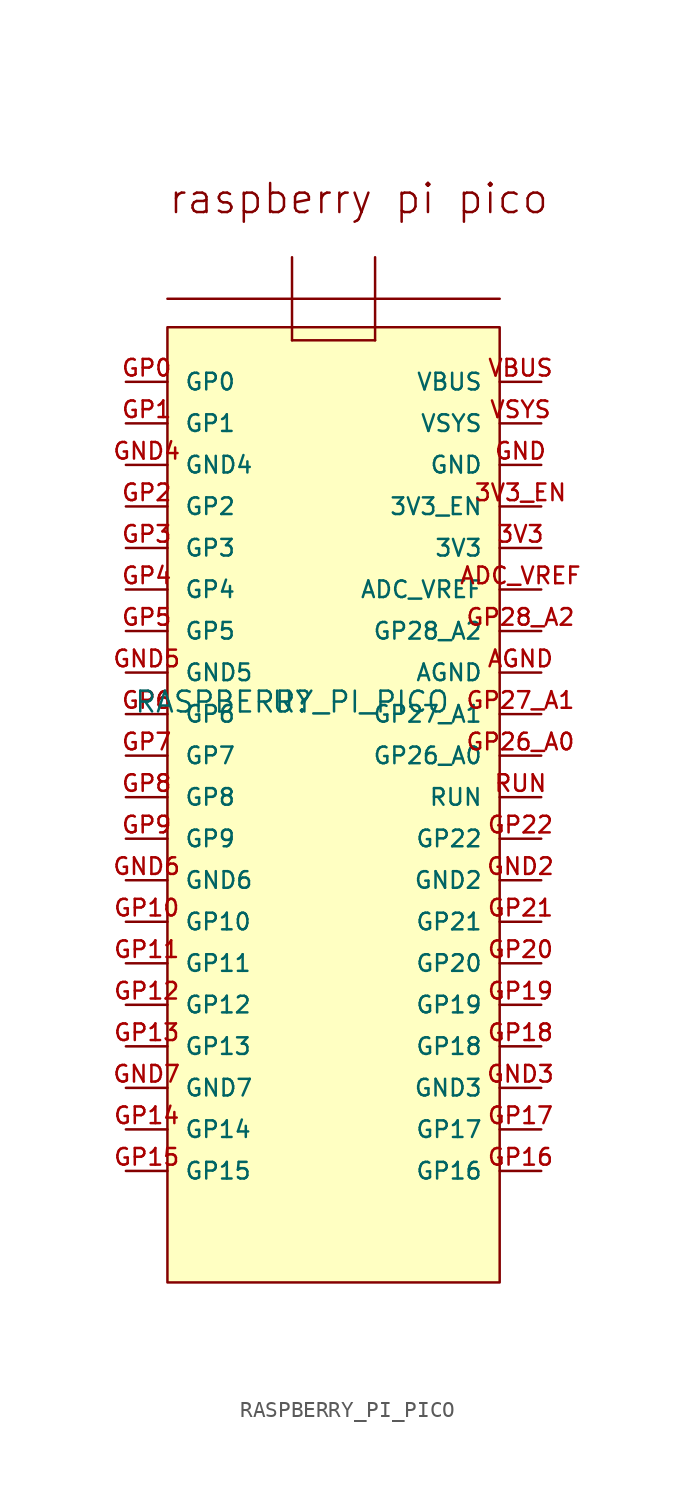
<source format=kicad_sym>
(kicad_symbol_lib
  (version 20231120)
  (generator "kicad_symbol_editor")
  (generator_version "8.0")
  (symbol "RASPBERRY_PI_PICO"
    (pin_names
      (offset 1.016))
    (property "Reference" "U"
      (at 0 0 0)
      (effects (font (size 1.27 1.27)) (justify bottom)))
    (property "Value" "RASPBERRY_PI_PICO"
      (at 0 0 0)
      (effects (font (size 1.27 1.27)) (justify bottom)))
    (symbol "RASPBERRY_PI_PICO_0_0"
      (rectangle (start -7.62 -34.76) (end 12.7 23.66) (stroke (width 0.152) (type default)) (fill (type background)))
      (polyline (pts (xy 0 22.86) (xy 5.08 22.86)) (stroke (width 0.152) (type default)) (fill (type none)))
      (polyline (pts (xy 0 27.94) (xy 0 22.86)) (stroke (width 0.152) (type default)) (fill (type none)))
      (polyline (pts (xy 5.08 22.86) (xy 5.08 27.94)) (stroke (width 0.152) (type default)) (fill (type none)))
      (polyline (pts (xy 12.7 25.4) (xy -7.62 25.4)) (stroke (width 0.152) (type default)) (fill (type none)))
      (text "raspberry pi pico" (at -7.62 30.48 0) (effects (font (size 1.778 1.778)) (justify left bottom)))
      (pin bidirectional line (at 15.24 12.7 180) (length 2.54) (name "3V3_EN" (effects (font (size 1.016 1.016)))) (number "3V3_EN" (effects (font (size 1.016 1.016)))))
      (pin bidirectional line (at 15.24 7.62 180) (length 2.54) (name "ADC_VREF" (effects (font (size 1.016 1.016)))) (number "ADC_VREF" (effects (font (size 1.016 1.016)))))
      (pin bidirectional line (at 15.24 2.54 180) (length 2.54) (name "AGND" (effects (font (size 1.016 1.016)))) (number "AGND" (effects (font (size 1.016 1.016)))))
      (pin bidirectional line (at 15.24 15.24 180) (length 2.54) (name "GND" (effects (font (size 1.016 1.016)))) (number "GND" (effects (font (size 1.016 1.016)))))
      (pin bidirectional line (at 15.24 -10.16 180) (length 2.54) (name "GND2" (effects (font (size 1.016 1.016)))) (number "GND2" (effects (font (size 1.016 1.016)))))
      (pin bidirectional line (at 15.24 -22.86 180) (length 2.54) (name "GND3" (effects (font (size 1.016 1.016)))) (number "GND3" (effects (font (size 1.016 1.016)))))
      (pin bidirectional line (at -10.16 15.24 0) (length 2.54) (name "GND4" (effects (font (size 1.016 1.016)))) (number "GND4" (effects (font (size 1.016 1.016)))))
      (pin bidirectional line (at -10.16 2.54 0) (length 2.54) (name "GND5" (effects (font (size 1.016 1.016)))) (number "GND5" (effects (font (size 1.016 1.016)))))
      (pin bidirectional line (at -10.16 -10.16 0) (length 2.54) (name "GND6" (effects (font (size 1.016 1.016)))) (number "GND6" (effects (font (size 1.016 1.016)))))
      (pin bidirectional line (at -10.16 -22.86 0) (length 2.54) (name "GND7" (effects (font (size 1.016 1.016)))) (number "GND7" (effects (font (size 1.016 1.016)))))
      (pin bidirectional line (at -10.16 20.32 0) (length 2.54) (name "GP0" (effects (font (size 1.016 1.016)))) (number "GP0" (effects (font (size 1.016 1.016)))))
      (pin bidirectional line (at -10.16 17.78 0) (length 2.54) (name "GP1" (effects (font (size 1.016 1.016)))) (number "GP1" (effects (font (size 1.016 1.016)))))
      (pin bidirectional line (at -10.16 -12.7 0) (length 2.54) (name "GP10" (effects (font (size 1.016 1.016)))) (number "GP10" (effects (font (size 1.016 1.016)))))
      (pin bidirectional line (at -10.16 -15.24 0) (length 2.54) (name "GP11" (effects (font (size 1.016 1.016)))) (number "GP11" (effects (font (size 1.016 1.016)))))
      (pin bidirectional line (at -10.16 -17.78 0) (length 2.54) (name "GP12" (effects (font (size 1.016 1.016)))) (number "GP12" (effects (font (size 1.016 1.016)))))
      (pin bidirectional line (at -10.16 -20.32 0) (length 2.54) (name "GP13" (effects (font (size 1.016 1.016)))) (number "GP13" (effects (font (size 1.016 1.016)))))
      (pin bidirectional line (at -10.16 -25.4 0) (length 2.54) (name "GP14" (effects (font (size 1.016 1.016)))) (number "GP14" (effects (font (size 1.016 1.016)))))
      (pin bidirectional line (at -10.16 -27.94 0) (length 2.54) (name "GP15" (effects (font (size 1.016 1.016)))) (number "GP15" (effects (font (size 1.016 1.016)))))
      (pin bidirectional line (at 15.24 -27.94 180) (length 2.54) (name "GP16" (effects (font (size 1.016 1.016)))) (number "GP16" (effects (font (size 1.016 1.016)))))
      (pin bidirectional line (at 15.24 -25.4 180) (length 2.54) (name "GP17" (effects (font (size 1.016 1.016)))) (number "GP17" (effects (font (size 1.016 1.016)))))
      (pin bidirectional line (at 15.24 -20.32 180) (length 2.54) (name "GP18" (effects (font (size 1.016 1.016)))) (number "GP18" (effects (font (size 1.016 1.016)))))
      (pin bidirectional line (at 15.24 -17.78 180) (length 2.54) (name "GP19" (effects (font (size 1.016 1.016)))) (number "GP19" (effects (font (size 1.016 1.016)))))
      (pin bidirectional line (at -10.16 12.7 0) (length 2.54) (name "GP2" (effects (font (size 1.016 1.016)))) (number "GP2" (effects (font (size 1.016 1.016)))))
      (pin bidirectional line (at 15.24 -15.24 180) (length 2.54) (name "GP20" (effects (font (size 1.016 1.016)))) (number "GP20" (effects (font (size 1.016 1.016)))))
      (pin bidirectional line (at 15.24 -12.7 180) (length 2.54) (name "GP21" (effects (font (size 1.016 1.016)))) (number "GP21" (effects (font (size 1.016 1.016)))))
      (pin bidirectional line (at 15.24 -7.62 180) (length 2.54) (name "GP22" (effects (font (size 1.016 1.016)))) (number "GP22" (effects (font (size 1.016 1.016)))))
      (pin bidirectional line (at 15.24 -2.54 180) (length 2.54) (name "GP26_A0" (effects (font (size 1.016 1.016)))) (number "GP26_A0" (effects (font (size 1.016 1.016)))))
      (pin bidirectional line (at 15.24 0 180) (length 2.54) (name "GP27_A1" (effects (font (size 1.016 1.016)))) (number "GP27_A1" (effects (font (size 1.016 1.016)))))
      (pin bidirectional line (at 15.24 5.08 180) (length 2.54) (name "GP28_A2" (effects (font (size 1.016 1.016)))) (number "GP28_A2" (effects (font (size 1.016 1.016)))))
      (pin bidirectional line (at -10.16 10.16 0) (length 2.54) (name "GP3" (effects (font (size 1.016 1.016)))) (number "GP3" (effects (font (size 1.016 1.016)))))
      (pin bidirectional line (at -10.16 7.62 0) (length 2.54) (name "GP4" (effects (font (size 1.016 1.016)))) (number "GP4" (effects (font (size 1.016 1.016)))))
      (pin bidirectional line (at -10.16 5.08 0) (length 2.54) (name "GP5" (effects (font (size 1.016 1.016)))) (number "GP5" (effects (font (size 1.016 1.016)))))
      (pin bidirectional line (at -10.16 0 0) (length 2.54) (name "GP6" (effects (font (size 1.016 1.016)))) (number "GP6" (effects (font (size 1.016 1.016)))))
      (pin bidirectional line (at -10.16 -2.54 0) (length 2.54) (name "GP7" (effects (font (size 1.016 1.016)))) (number "GP7" (effects (font (size 1.016 1.016)))))
      (pin bidirectional line (at -10.16 -5.08 0) (length 2.54) (name "GP8" (effects (font (size 1.016 1.016)))) (number "GP8" (effects (font (size 1.016 1.016)))))
      (pin bidirectional line (at -10.16 -7.62 0) (length 2.54) (name "GP9" (effects (font (size 1.016 1.016)))) (number "GP9" (effects (font (size 1.016 1.016)))))
      (pin bidirectional line (at 15.24 -5.08 180) (length 2.54) (name "RUN" (effects (font (size 1.016 1.016)))) (number "RUN" (effects (font (size 1.016 1.016)))))
      (pin bidirectional line (at 15.24 20.32 180) (length 2.54) (name "VBUS" (effects (font (size 1.016 1.016)))) (number "VBUS" (effects (font (size 1.016 1.016))))))
    (symbol "RASPBERRY_PI_PICO_1_0"
      (pin power_out line (at 15.24 10.16 180) (length 2.54) (name "3V3" (effects (font (size 1.016 1.016)))) (number "3V3" (effects (font (size 1.016 1.016)))))
      (pin power_in line (at 15.24 17.78 180) (length 2.54) (name "VSYS" (effects (font (size 1.016 1.016)))) (number "VSYS" (effects (font (size 1.016 1.016))))))))
</source>
